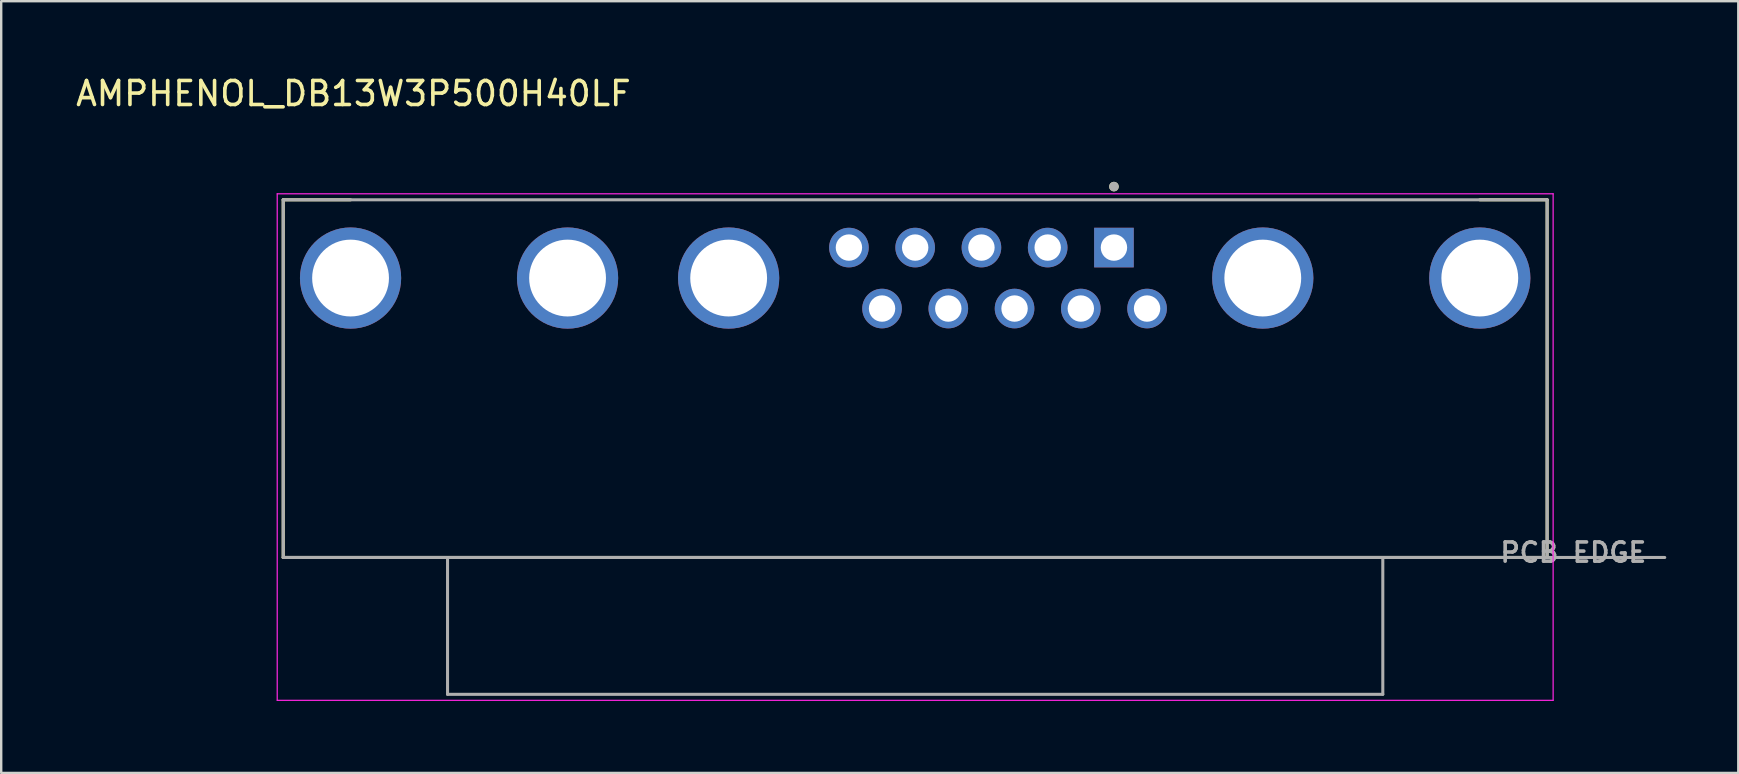
<source format=kicad_pcb>
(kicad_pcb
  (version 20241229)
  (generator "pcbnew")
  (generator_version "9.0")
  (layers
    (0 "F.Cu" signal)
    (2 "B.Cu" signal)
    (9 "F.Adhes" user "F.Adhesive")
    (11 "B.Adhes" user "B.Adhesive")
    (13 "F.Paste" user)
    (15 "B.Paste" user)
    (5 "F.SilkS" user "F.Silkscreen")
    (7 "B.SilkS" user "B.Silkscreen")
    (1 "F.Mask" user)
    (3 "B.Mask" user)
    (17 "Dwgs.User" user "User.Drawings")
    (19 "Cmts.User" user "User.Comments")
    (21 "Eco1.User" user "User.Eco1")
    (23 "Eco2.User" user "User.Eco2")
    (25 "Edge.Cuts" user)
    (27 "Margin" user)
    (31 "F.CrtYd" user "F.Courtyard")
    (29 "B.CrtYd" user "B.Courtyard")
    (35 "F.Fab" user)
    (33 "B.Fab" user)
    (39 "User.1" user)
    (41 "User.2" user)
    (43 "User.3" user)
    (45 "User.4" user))
  (footprint "AMPHENOL_DB13W3P500H40LF"
    (layer "F.Cu")
    (at 35.073 8.533)
    (property "Reference" "AMPHENOL_DB13W3P500H40LF" (at -23.4 -7.685 0) (layer "F.SilkS") (effects (font (size 1 1) (thickness 0.15))))
    (attr through_hole)
    (fp_line (start -26.325 -3.26) (end -26.325 11.64) (stroke (width 0.127) (type solid)) (layer "F.SilkS"))
    (fp_line (start -26.325 -3.26) (end -23.52 -3.26) (stroke (width 0.127) (type solid)) (layer "F.SilkS"))
    (fp_line (start -26.325 11.64) (end 26.325 11.64) (stroke (width 0.127) (type solid)) (layer "F.SilkS"))
    (fp_line (start 26.325 -3.26) (end 23.52 -3.26) (stroke (width 0.127) (type solid)) (layer "F.SilkS"))
    (fp_line (start 26.325 11.64) (end 26.325 -3.26) (stroke (width 0.127) (type solid)) (layer "F.SilkS"))
    (fp_circle (center 8.28 -3.81) (end 8.38 -3.81) (stroke (width 0.2) (type solid)) (fill no) (layer "F.SilkS"))
    (fp_line (start -26.575 -3.51) (end -26.575 17.59) (stroke (width 0.05) (type solid)) (layer "F.CrtYd"))
    (fp_line (start -26.575 17.59) (end 26.575 17.59) (stroke (width 0.05) (type solid)) (layer "F.CrtYd"))
    (fp_line (start 26.575 -3.51) (end -26.575 -3.51) (stroke (width 0.05) (type solid)) (layer "F.CrtYd"))
    (fp_line (start 26.575 17.59) (end 26.575 -3.51) (stroke (width 0.05) (type solid)) (layer "F.CrtYd"))
    (fp_line (start -26.325 -3.26) (end -26.325 11.64) (stroke (width 0.127) (type solid)) (layer "F.Fab"))
    (fp_line (start -26.325 11.64) (end -19.48 11.64) (stroke (width 0.127) (type solid)) (layer "F.Fab"))
    (fp_line (start -19.48 11.64) (end -19.48 17.34) (stroke (width 0.127) (type solid)) (layer "F.Fab"))
    (fp_line (start -19.48 11.64) (end 19.48 11.64) (stroke (width 0.127) (type solid)) (layer "F.Fab"))
    (fp_line (start 19.48 11.64) (end 19.48 17.34) (stroke (width 0.127) (type solid)) (layer "F.Fab"))
    (fp_line (start 19.48 11.64) (end 26.325 11.64) (stroke (width 0.127) (type solid)) (layer "F.Fab"))
    (fp_line (start 19.48 17.34) (end -19.48 17.34) (stroke (width 0.127) (type solid)) (layer "F.Fab"))
    (fp_line (start 26.325 -3.26) (end -26.325 -3.26) (stroke (width 0.127) (type solid)) (layer "F.Fab"))
    (fp_line (start 26.325 11.64) (end 26.325 -3.26) (stroke (width 0.127) (type solid)) (layer "F.Fab"))
    (fp_line (start 26.325 11.64) (end 31.225 11.64) (stroke (width 0.127) (type solid)) (layer "F.Fab"))
    (fp_circle (center 8.28 -3.81) (end 8.38 -3.81) (stroke (width 0.2) (type solid)) (fill no) (layer "F.Fab"))
    (fp_text user "PCB EDGE" (at 27.415 11.43 0) (layer "F.Fab") (effects (font (size 0.8 0.8) (thickness 0.15))))
    (pad "1" thru_hole rect (at 8.28 -1.27) (size 1.65 1.65) (drill 1.1) (layers "*.Cu" "*.Mask"))
    (pad "2" thru_hole circle (at 5.52 -1.27) (size 1.65 1.65) (drill 1.1) (layers "*.Cu" "*.Mask"))
    (pad "3" thru_hole circle (at 2.76 -1.27) (size 1.65 1.65) (drill 1.1) (layers "*.Cu" "*.Mask"))
    (pad "4" thru_hole circle (at 0 -1.27) (size 1.65 1.65) (drill 1.1) (layers "*.Cu" "*.Mask"))
    (pad "5" thru_hole circle (at -2.76 -1.27) (size 1.65 1.65) (drill 1.1) (layers "*.Cu" "*.Mask"))
    (pad "6" thru_hole circle (at 9.66 1.27) (size 1.65 1.65) (drill 1.1) (layers "*.Cu" "*.Mask"))
    (pad "7" thru_hole circle (at 6.9 1.27) (size 1.65 1.65) (drill 1.1) (layers "*.Cu" "*.Mask"))
    (pad "8" thru_hole circle (at 4.14 1.27) (size 1.65 1.65) (drill 1.1) (layers "*.Cu" "*.Mask"))
    (pad "9" thru_hole circle (at 1.38 1.27) (size 1.65 1.65) (drill 1.1) (layers "*.Cu" "*.Mask"))
    (pad "10" thru_hole circle (at -1.38 1.27) (size 1.65 1.65) (drill 1.1) (layers "*.Cu" "*.Mask"))
    (pad "A1" thru_hole circle (at 14.48 0) (size 4.216 4.216) (drill 3.2) (layers "*.Cu" "*.Mask"))
    (pad "A2" thru_hole circle (at -7.77 0) (size 4.216 4.216) (drill 3.2) (layers "*.Cu" "*.Mask"))
    (pad "A3" thru_hole circle (at -14.48 0) (size 4.216 4.216) (drill 3.2) (layers "*.Cu" "*.Mask"))
    (pad "S1" thru_hole circle (at 23.52 0) (size 4.216 4.216) (drill 3.2) (layers "*.Cu" "*.Mask"))
    (pad "S2" thru_hole circle (at -23.52 0) (size 4.216 4.216) (drill 3.2) (layers "*.Cu" "*.Mask")))
  (gr_rect
    (start -3 -3)
    (end 69.361 29.148)
    (stroke (width 0.1) (type default))
    (fill no)
    (layer "Edge.Cuts")))
</source>
